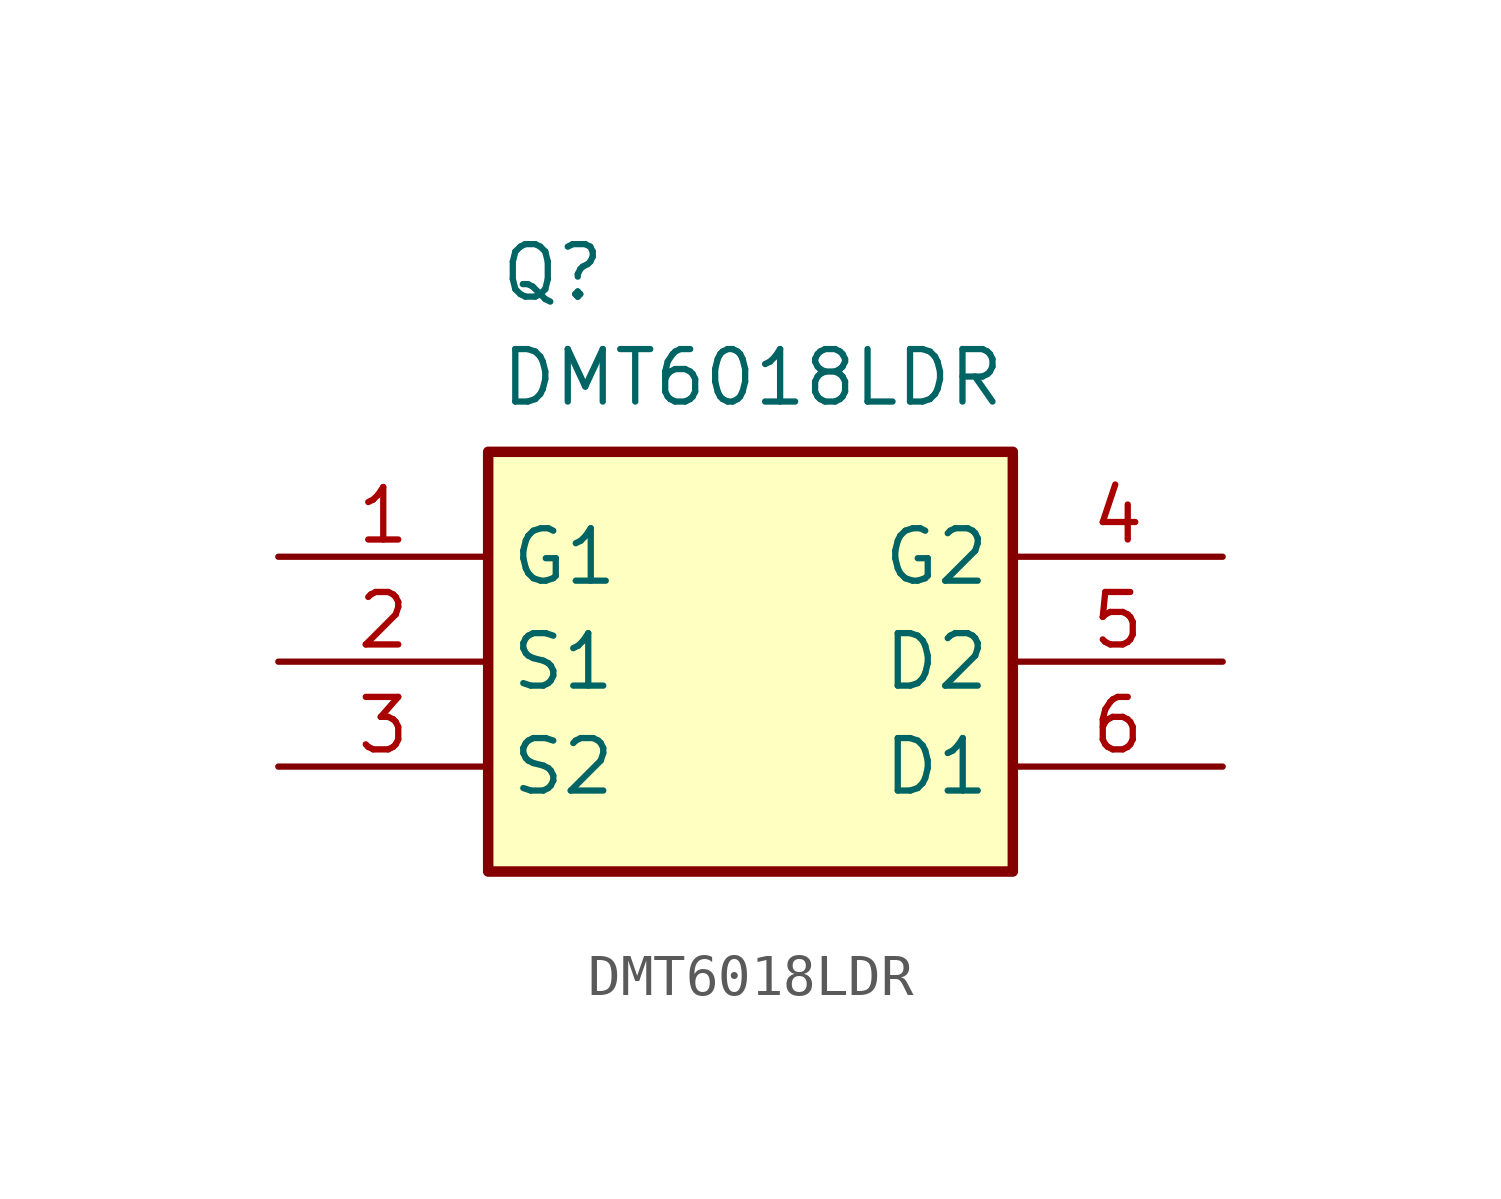
<source format=kicad_sym>
(kicad_symbol_lib
  (version 20231120)
  (generator "kicad_symbol_editor")
  (generator_version "8.0")
  (symbol "DMT6018LDR"
    (property "Reference" "Q"
      (at -6.096 10.16 0)
      (effects (font (size 1.27 1.27)) (justify left top)))
    (property "Value" "DMT6018LDR"
      (at -6.096 7.62 0)
      (effects (font (size 1.27 1.27)) (justify left top)))
    (symbol "DMT6018LDR_1_1"
      (rectangle (start -6.35 5.08) (end 6.35 -5.08) (stroke (width 0.254) (type default)) (fill (type background)))
      (pin passive line (at -11.43 2.54 0) (length 5.08) (name "G1" (effects (font (size 1.27 1.27)))) (number "1" (effects (font (size 1.27 1.27)))))
      (pin passive line (at -11.43 0 0) (length 5.08) (name "S1" (effects (font (size 1.27 1.27)))) (number "2" (effects (font (size 1.27 1.27)))))
      (pin passive line (at -11.43 -2.54 0) (length 5.08) (name "S2" (effects (font (size 1.27 1.27)))) (number "3" (effects (font (size 1.27 1.27)))))
      (pin passive line (at 11.43 2.54 180) (length 5.08) (name "G2" (effects (font (size 1.27 1.27)))) (number "4" (effects (font (size 1.27 1.27)))))
      (pin passive line (at 11.43 0 180) (length 5.08) (name "D2" (effects (font (size 1.27 1.27)))) (number "5" (effects (font (size 1.27 1.27)))))
      (pin passive line (at 11.43 -2.54 180) (length 5.08) (name "D1" (effects (font (size 1.27 1.27)))) (number "6" (effects (font (size 1.27 1.27))))))))
</source>
